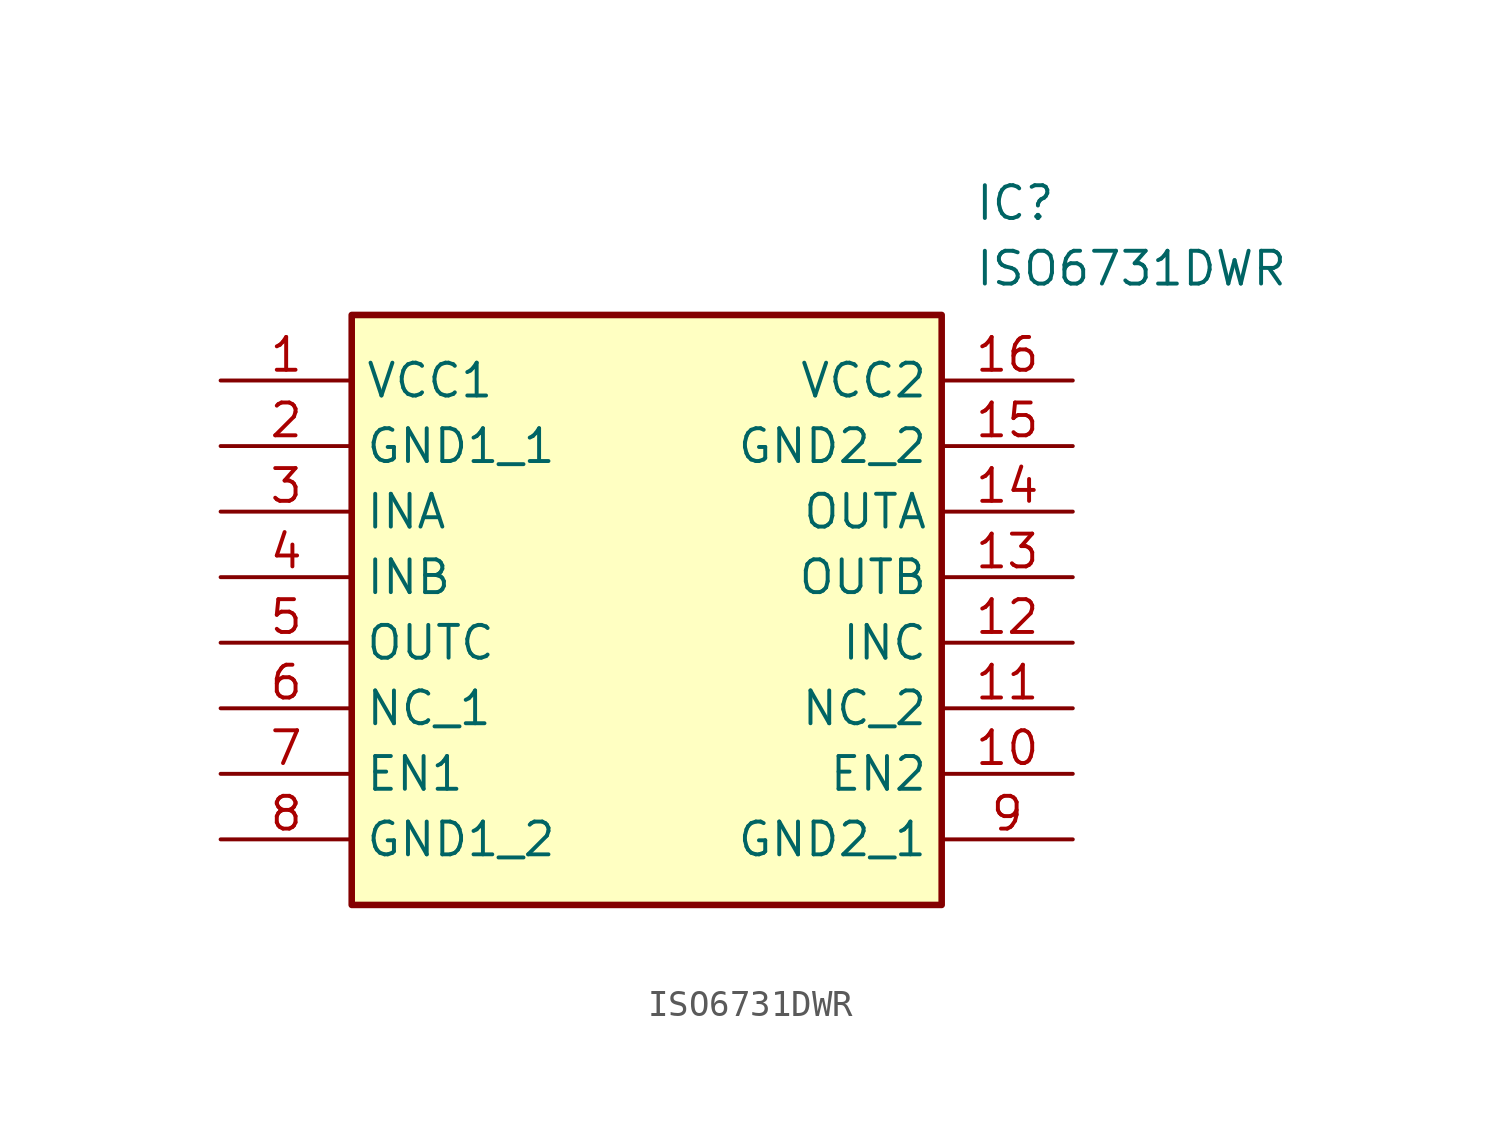
<source format=kicad_sym>
(kicad_symbol_lib
  (version 20211014)
  (generator SamacSys_ECAD_Model)
  (symbol "ISO6731DWR"
    (property "Reference" "IC"
      (at 29.21 7.62 0)
      (effects (font (size 1.27 1.27)) (justify left top)))
    (property "Value" "ISO6731DWR"
      (at 29.21 5.08 0)
      (effects (font (size 1.27 1.27)) (justify left top)))
    (rectangle
      (start 5.08 2.54)
      (end 27.94 -20.32)
      (stroke (width 0.254) (type default))
      (fill (type background)))
    (pin passive line
      (at 0 0 0)
      (length 5.08)
      (name "VCC1" (effects (font (size 1.27 1.27))))
      (number "1" (effects (font (size 1.27 1.27)))))
    (pin passive line
      (at 0 -2.54 0)
      (length 5.08)
      (name "GND1_1" (effects (font (size 1.27 1.27))))
      (number "2" (effects (font (size 1.27 1.27)))))
    (pin passive line
      (at 0 -5.08 0)
      (length 5.08)
      (name "INA" (effects (font (size 1.27 1.27))))
      (number "3" (effects (font (size 1.27 1.27)))))
    (pin passive line
      (at 0 -7.62 0)
      (length 5.08)
      (name "INB" (effects (font (size 1.27 1.27))))
      (number "4" (effects (font (size 1.27 1.27)))))
    (pin passive line
      (at 0 -10.16 0)
      (length 5.08)
      (name "OUTC" (effects (font (size 1.27 1.27))))
      (number "5" (effects (font (size 1.27 1.27)))))
    (pin passive line
      (at 0 -12.7 0)
      (length 5.08)
      (name "NC_1" (effects (font (size 1.27 1.27))))
      (number "6" (effects (font (size 1.27 1.27)))))
    (pin passive line
      (at 0 -15.24 0)
      (length 5.08)
      (name "EN1" (effects (font (size 1.27 1.27))))
      (number "7" (effects (font (size 1.27 1.27)))))
    (pin passive line
      (at 0 -17.78 0)
      (length 5.08)
      (name "GND1_2" (effects (font (size 1.27 1.27))))
      (number "8" (effects (font (size 1.27 1.27)))))
    (pin passive line
      (at 33.02 0 180)
      (length 5.08)
      (name "VCC2" (effects (font (size 1.27 1.27))))
      (number "16" (effects (font (size 1.27 1.27)))))
    (pin passive line
      (at 33.02 -2.54 180)
      (length 5.08)
      (name "GND2_2" (effects (font (size 1.27 1.27))))
      (number "15" (effects (font (size 1.27 1.27)))))
    (pin passive line
      (at 33.02 -5.08 180)
      (length 5.08)
      (name "OUTA" (effects (font (size 1.27 1.27))))
      (number "14" (effects (font (size 1.27 1.27)))))
    (pin passive line
      (at 33.02 -7.62 180)
      (length 5.08)
      (name "OUTB" (effects (font (size 1.27 1.27))))
      (number "13" (effects (font (size 1.27 1.27)))))
    (pin passive line
      (at 33.02 -10.16 180)
      (length 5.08)
      (name "INC" (effects (font (size 1.27 1.27))))
      (number "12" (effects (font (size 1.27 1.27)))))
    (pin passive line
      (at 33.02 -12.7 180)
      (length 5.08)
      (name "NC_2" (effects (font (size 1.27 1.27))))
      (number "11" (effects (font (size 1.27 1.27)))))
    (pin passive line
      (at 33.02 -15.24 180)
      (length 5.08)
      (name "EN2" (effects (font (size 1.27 1.27))))
      (number "10" (effects (font (size 1.27 1.27)))))
    (pin passive line
      (at 33.02 -17.78 180)
      (length 5.08)
      (name "GND2_1" (effects (font (size 1.27 1.27))))
      (number "9" (effects (font (size 1.27 1.27)))))))
</source>
